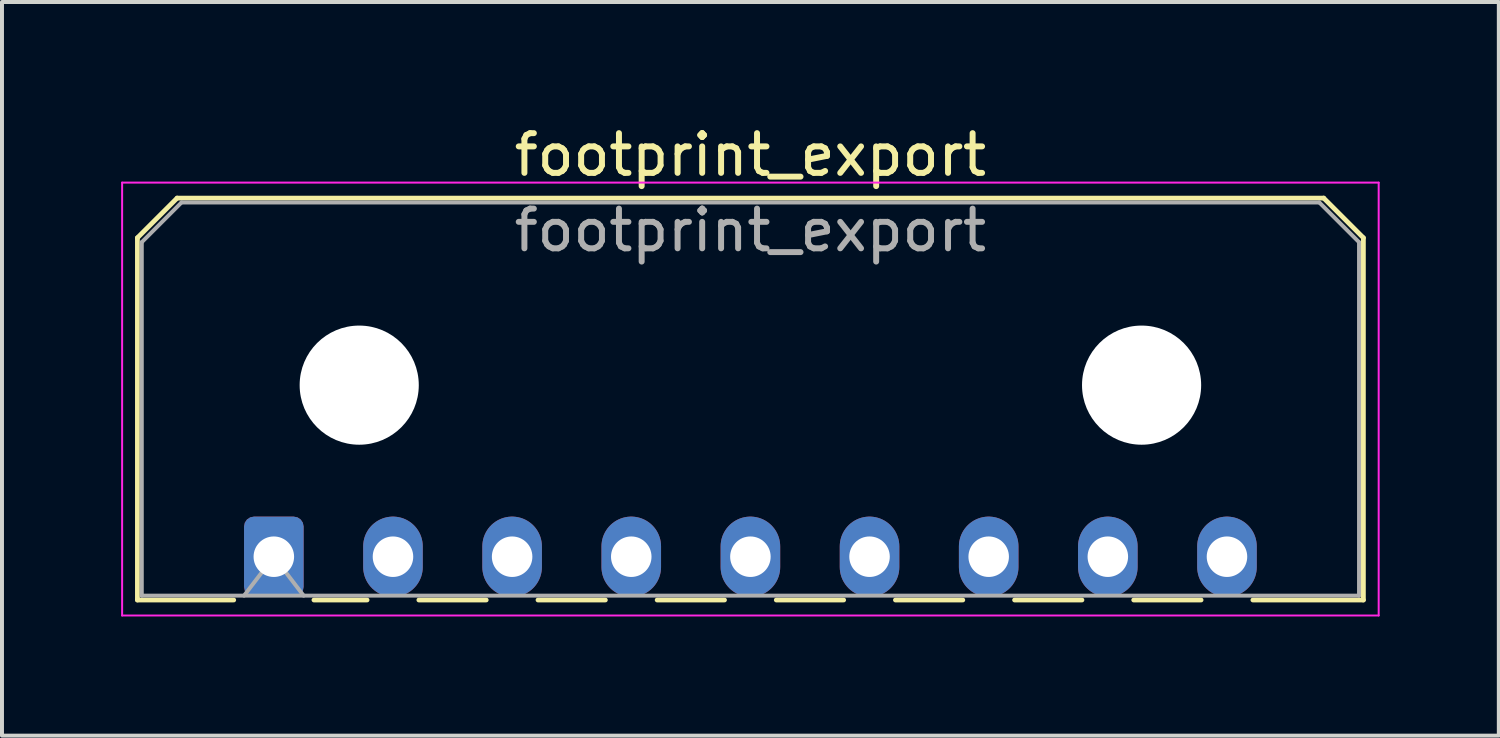
<source format=kicad_pcb>
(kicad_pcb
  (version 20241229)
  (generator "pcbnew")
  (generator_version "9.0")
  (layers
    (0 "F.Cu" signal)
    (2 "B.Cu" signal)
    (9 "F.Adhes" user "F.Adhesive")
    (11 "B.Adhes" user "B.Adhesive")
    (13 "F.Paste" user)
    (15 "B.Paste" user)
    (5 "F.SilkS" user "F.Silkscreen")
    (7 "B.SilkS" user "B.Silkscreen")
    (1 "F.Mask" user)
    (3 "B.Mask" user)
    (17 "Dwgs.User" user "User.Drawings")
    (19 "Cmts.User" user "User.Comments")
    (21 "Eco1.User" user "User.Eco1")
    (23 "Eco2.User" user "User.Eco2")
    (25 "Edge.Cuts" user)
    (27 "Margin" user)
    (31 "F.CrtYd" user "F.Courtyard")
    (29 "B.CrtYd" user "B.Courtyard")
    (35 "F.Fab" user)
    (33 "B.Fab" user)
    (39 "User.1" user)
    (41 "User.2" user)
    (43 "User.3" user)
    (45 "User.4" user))
  (footprint "footprint_export"
    (layer "F.Cu")
    (at 3.845 10.968)
    (property "Reference" "footprint_export" (at 12 -10.12 0) (layer "F.SilkS") (effects (font (size 1 1) (thickness 0.15))))
    (attr through_hole)
    (fp_line (start -3.435 -8.03) (end -2.435 -9.03) (stroke (width 0.12) (type solid)) (layer "F.SilkS"))
    (fp_line (start -3.435 1.09) (end -3.435 -8.03) (stroke (width 0.12) (type solid)) (layer "F.SilkS"))
    (fp_line (start -3.435 1.09) (end -1.01 1.09) (stroke (width 0.12) (type solid)) (layer "F.SilkS"))
    (fp_line (start -2.435 -9.03) (end 26.435 -9.03) (stroke (width 0.12) (type solid)) (layer "F.SilkS"))
    (fp_line (start 1.01 1.09) (end 2.348 1.09) (stroke (width 0.12) (type solid)) (layer "F.SilkS"))
    (fp_line (start 3.652 1.09) (end 5.348 1.09) (stroke (width 0.12) (type solid)) (layer "F.SilkS"))
    (fp_line (start 6.652 1.09) (end 8.348 1.09) (stroke (width 0.12) (type solid)) (layer "F.SilkS"))
    (fp_line (start 9.652 1.09) (end 11.348 1.09) (stroke (width 0.12) (type solid)) (layer "F.SilkS"))
    (fp_line (start 12.652 1.09) (end 14.348 1.09) (stroke (width 0.12) (type solid)) (layer "F.SilkS"))
    (fp_line (start 15.652 1.09) (end 17.348 1.09) (stroke (width 0.12) (type solid)) (layer "F.SilkS"))
    (fp_line (start 18.652 1.09) (end 20.348 1.09) (stroke (width 0.12) (type solid)) (layer "F.SilkS"))
    (fp_line (start 21.652 1.09) (end 23.348 1.09) (stroke (width 0.12) (type solid)) (layer "F.SilkS"))
    (fp_line (start 26.435 -9.03) (end 27.435 -8.03) (stroke (width 0.12) (type solid)) (layer "F.SilkS"))
    (fp_line (start 27.435 -8.03) (end 27.435 1.09) (stroke (width 0.12) (type solid)) (layer "F.SilkS"))
    (fp_line (start 27.435 1.09) (end 24.652 1.09) (stroke (width 0.12) (type solid)) (layer "F.SilkS"))
    (fp_line (start -3.82 -9.42) (end 27.82 -9.42) (stroke (width 0.05) (type solid)) (layer "F.CrtYd"))
    (fp_line (start -3.82 1.48) (end -3.82 -9.42) (stroke (width 0.05) (type solid)) (layer "F.CrtYd"))
    (fp_line (start 27.82 -9.42) (end 27.82 1.48) (stroke (width 0.05) (type solid)) (layer "F.CrtYd"))
    (fp_line (start 27.82 1.48) (end -3.82 1.48) (stroke (width 0.05) (type solid)) (layer "F.CrtYd"))
    (fp_line (start -3.325 -7.92) (end -2.325 -8.92) (stroke (width 0.1) (type solid)) (layer "F.Fab"))
    (fp_line (start -3.325 0.98) (end -3.325 -7.92) (stroke (width 0.1) (type solid)) (layer "F.Fab"))
    (fp_line (start -2.325 -8.92) (end 26.325 -8.92) (stroke (width 0.1) (type solid)) (layer "F.Fab"))
    (fp_line (start -0.75 0.98) (end 0 0) (stroke (width 0.1) (type solid)) (layer "F.Fab"))
    (fp_line (start 0 0) (end 0.75 0.98) (stroke (width 0.1) (type solid)) (layer "F.Fab"))
    (fp_line (start 26.325 -8.92) (end 27.325 -7.92) (stroke (width 0.1) (type solid)) (layer "F.Fab"))
    (fp_line (start 27.325 -7.92) (end 27.325 0.98) (stroke (width 0.1) (type solid)) (layer "F.Fab"))
    (fp_line (start 27.325 0.98) (end -3.325 0.98) (stroke (width 0.1) (type solid)) (layer "F.Fab"))
    (fp_text user "${REFERENCE}" (at 12 -8.22 0) (layer "F.Fab") (effects (font (size 1 1) (thickness 0.15))))
    (pad "" np_thru_hole circle (at 2.15 -4.32) (size 3 3) (drill 3) (layers "*.Cu" "*.Mask"))
    (pad "" np_thru_hole circle (at 21.85 -4.32) (size 3 3) (drill 3) (layers "*.Cu" "*.Mask"))
    (pad "1" thru_hole roundrect (at 0 0) (size 1.5 2.02) (drill 1.02) (layers "*.Cu" "*.Mask") (roundrect_rratio 0.167))
    (pad "2" thru_hole oval (at 3 0) (size 1.5 2.02) (drill 1.02) (layers "*.Cu" "*.Mask"))
    (pad "3" thru_hole oval (at 6 0) (size 1.5 2.02) (drill 1.02) (layers "*.Cu" "*.Mask"))
    (pad "4" thru_hole oval (at 9 0) (size 1.5 2.02) (drill 1.02) (layers "*.Cu" "*.Mask"))
    (pad "5" thru_hole oval (at 12 0) (size 1.5 2.02) (drill 1.02) (layers "*.Cu" "*.Mask"))
    (pad "6" thru_hole oval (at 15 0) (size 1.5 2.02) (drill 1.02) (layers "*.Cu" "*.Mask"))
    (pad "7" thru_hole oval (at 18 0) (size 1.5 2.02) (drill 1.02) (layers "*.Cu" "*.Mask"))
    (pad "8" thru_hole oval (at 21 0) (size 1.5 2.02) (drill 1.02) (layers "*.Cu" "*.Mask"))
    (pad "9" thru_hole oval (at 24 0) (size 1.5 2.02) (drill 1.02) (layers "*.Cu" "*.Mask")))
  (gr_rect
    (start -3 -3)
    (end 34.69 15.473)
    (stroke (width 0.1) (type default))
    (fill no)
    (layer "Edge.Cuts")))
</source>
